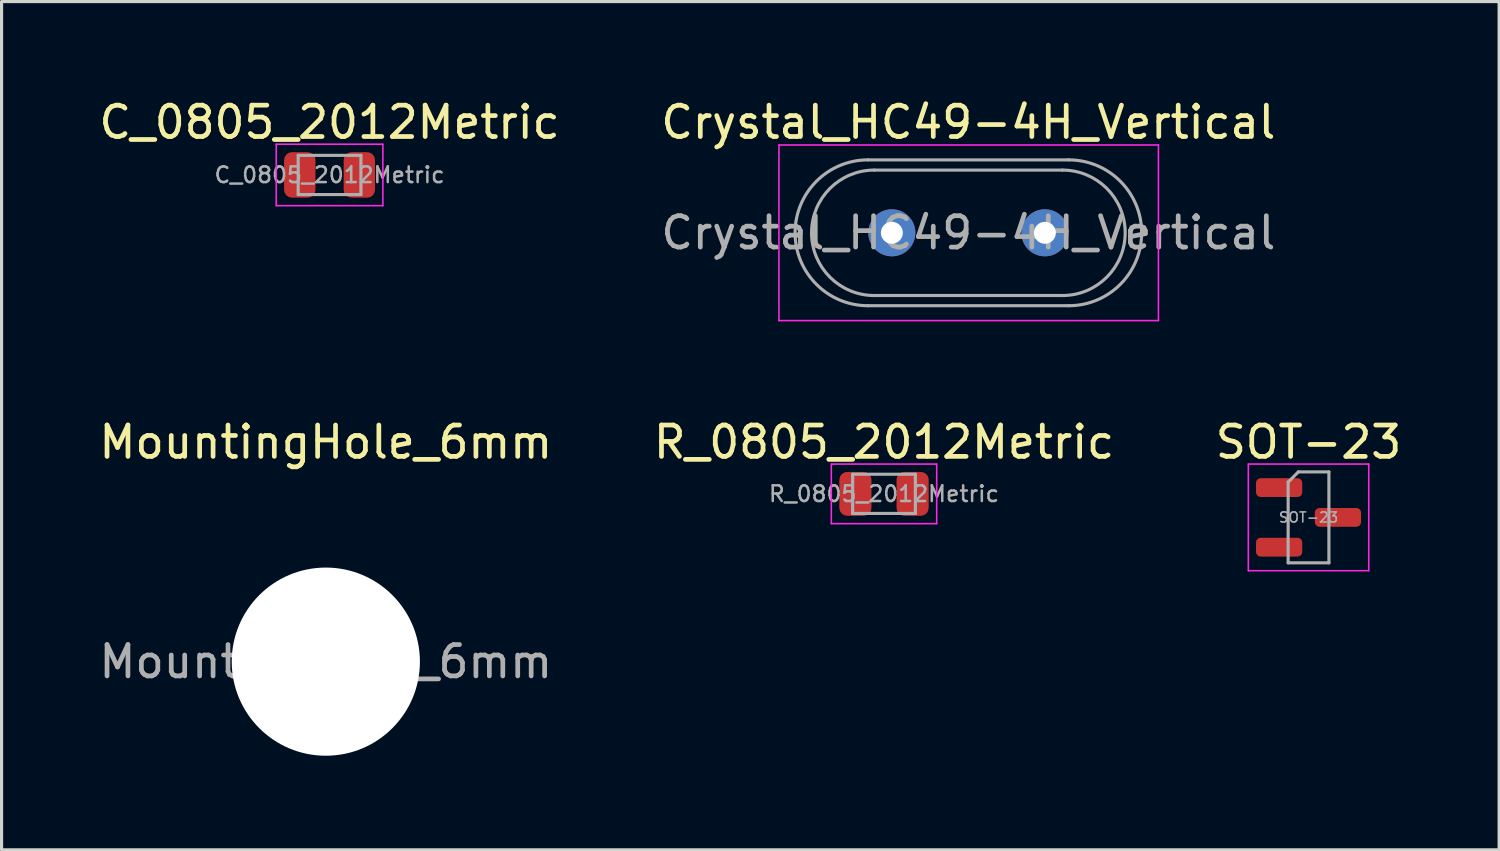
<source format=kicad_pcb>
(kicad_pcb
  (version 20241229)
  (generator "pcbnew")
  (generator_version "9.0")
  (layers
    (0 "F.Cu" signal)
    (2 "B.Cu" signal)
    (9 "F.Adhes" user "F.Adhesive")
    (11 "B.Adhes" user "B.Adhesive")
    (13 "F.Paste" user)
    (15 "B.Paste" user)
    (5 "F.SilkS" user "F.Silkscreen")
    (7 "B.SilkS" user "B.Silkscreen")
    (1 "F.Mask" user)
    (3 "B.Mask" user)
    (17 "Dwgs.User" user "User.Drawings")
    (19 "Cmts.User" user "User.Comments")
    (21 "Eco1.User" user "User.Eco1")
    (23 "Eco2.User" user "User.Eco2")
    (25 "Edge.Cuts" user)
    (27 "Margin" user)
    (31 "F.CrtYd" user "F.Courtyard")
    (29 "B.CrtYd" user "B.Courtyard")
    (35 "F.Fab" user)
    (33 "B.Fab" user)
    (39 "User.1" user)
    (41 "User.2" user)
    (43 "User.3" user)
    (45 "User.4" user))
  (footprint "SOT-23"
    (layer "F.Cu")
    (at 38.673 13.447)
    (property "Reference" "SOT-23" (at 0 -2.4 0) (layer "F.SilkS") (effects (font (size 1 1) (thickness 0.15))))
    (attr smd)
    (fp_line (start -1.92 -1.7) (end -1.92 1.7) (stroke (width 0.05) (type solid)) (layer "F.CrtYd"))
    (fp_line (start -1.92 1.7) (end 1.92 1.7) (stroke (width 0.05) (type solid)) (layer "F.CrtYd"))
    (fp_line (start 1.92 -1.7) (end -1.92 -1.7) (stroke (width 0.05) (type solid)) (layer "F.CrtYd"))
    (fp_line (start 1.92 1.7) (end 1.92 -1.7) (stroke (width 0.05) (type solid)) (layer "F.CrtYd"))
    (fp_line (start -0.65 -1.125) (end -0.325 -1.45) (stroke (width 0.1) (type solid)) (layer "F.Fab"))
    (fp_line (start -0.65 1.45) (end -0.65 -1.125) (stroke (width 0.1) (type solid)) (layer "F.Fab"))
    (fp_line (start -0.325 -1.45) (end 0.65 -1.45) (stroke (width 0.1) (type solid)) (layer "F.Fab"))
    (fp_line (start 0.65 -1.45) (end 0.65 1.45) (stroke (width 0.1) (type solid)) (layer "F.Fab"))
    (fp_line (start 0.65 1.45) (end -0.65 1.45) (stroke (width 0.1) (type solid)) (layer "F.Fab"))
    (fp_text user "${REFERENCE}" (at 0 0 0) (layer "F.Fab") (effects (font (size 0.32 0.32) (thickness 0.05))))
    (pad "1" smd roundrect (at -0.938 -0.95) (size 1.475 0.6) (layers "F.Cu" "F.Mask" "F.Paste") (roundrect_rratio 0.25))
    (pad "2" smd roundrect (at -0.938 0.95) (size 1.475 0.6) (layers "F.Cu" "F.Mask" "F.Paste") (roundrect_rratio 0.25))
    (pad "3" smd roundrect (at 0.938 0) (size 1.475 0.6) (layers "F.Cu" "F.Mask" "F.Paste") (roundrect_rratio 0.25)))
  (footprint "R_0805_2012Metric"
    (layer "F.Cu")
    (at 25.137 12.697)
    (property "Reference" "R_0805_2012Metric" (at 0 -1.65 0) (layer "F.SilkS") (effects (font (size 1 1) (thickness 0.15))))
    (attr smd)
    (fp_line (start -1.68 -0.95) (end 1.68 -0.95) (stroke (width 0.05) (type solid)) (layer "F.CrtYd"))
    (fp_line (start -1.68 0.95) (end -1.68 -0.95) (stroke (width 0.05) (type solid)) (layer "F.CrtYd"))
    (fp_line (start 1.68 -0.95) (end 1.68 0.95) (stroke (width 0.05) (type solid)) (layer "F.CrtYd"))
    (fp_line (start 1.68 0.95) (end -1.68 0.95) (stroke (width 0.05) (type solid)) (layer "F.CrtYd"))
    (fp_line (start -1 -0.625) (end 1 -0.625) (stroke (width 0.1) (type solid)) (layer "F.Fab"))
    (fp_line (start -1 0.625) (end -1 -0.625) (stroke (width 0.1) (type solid)) (layer "F.Fab"))
    (fp_line (start 1 -0.625) (end 1 0.625) (stroke (width 0.1) (type solid)) (layer "F.Fab"))
    (fp_line (start 1 0.625) (end -1 0.625) (stroke (width 0.1) (type solid)) (layer "F.Fab"))
    (fp_text user "${REFERENCE}" (at 0 0 0) (layer "F.Fab") (effects (font (size 0.5 0.5) (thickness 0.08))))
    (pad "1" smd roundrect (at -0.912 0) (size 1.025 1.4) (layers "F.Cu" "F.Mask" "F.Paste") (roundrect_rratio 0.244))
    (pad "2" smd roundrect (at 0.912 0) (size 1.025 1.4) (layers "F.Cu" "F.Mask" "F.Paste") (roundrect_rratio 0.244)))
  (footprint "MountingHole_6mm"
    (layer "F.Cu")
    (at 7.339 18.047)
    (property "Reference" "MountingHole_6mm" (at 0 -7 0) (layer "F.SilkS") (effects (font (size 1 1) (thickness 0.15))))
    (attr exclude_from_pos_files exclude_from_bom)
    (fp_text user "${REFERENCE}" (at 0 0 0) (layer "F.Fab") (effects (font (size 1 1) (thickness 0.15))))
    (pad "" np_thru_hole circle (at 0 0) (size 6 6) (drill 6) (layers "*.Cu" "*.Mask")))
  (footprint "C_0805_2012Metric"
    (layer "F.Cu")
    (at 7.458 2.528)
    (property "Reference" "C_0805_2012Metric" (at 0 -1.68 0) (layer "F.SilkS") (effects (font (size 1 1) (thickness 0.15))))
    (attr smd)
    (fp_line (start -1.7 -0.98) (end 1.7 -0.98) (stroke (width 0.05) (type solid)) (layer "F.CrtYd"))
    (fp_line (start -1.7 0.98) (end -1.7 -0.98) (stroke (width 0.05) (type solid)) (layer "F.CrtYd"))
    (fp_line (start 1.7 -0.98) (end 1.7 0.98) (stroke (width 0.05) (type solid)) (layer "F.CrtYd"))
    (fp_line (start 1.7 0.98) (end -1.7 0.98) (stroke (width 0.05) (type solid)) (layer "F.CrtYd"))
    (fp_line (start -1 -0.625) (end 1 -0.625) (stroke (width 0.1) (type solid)) (layer "F.Fab"))
    (fp_line (start -1 0.625) (end -1 -0.625) (stroke (width 0.1) (type solid)) (layer "F.Fab"))
    (fp_line (start 1 -0.625) (end 1 0.625) (stroke (width 0.1) (type solid)) (layer "F.Fab"))
    (fp_line (start 1 0.625) (end -1 0.625) (stroke (width 0.1) (type solid)) (layer "F.Fab"))
    (fp_text user "${REFERENCE}" (at 0 0 0) (layer "F.Fab") (effects (font (size 0.5 0.5) (thickness 0.08))))
    (pad "1" smd roundrect (at -0.95 0) (size 1 1.45) (layers "F.Cu" "F.Mask" "F.Paste") (roundrect_rratio 0.25))
    (pad "2" smd roundrect (at 0.95 0) (size 1 1.45) (layers "F.Cu" "F.Mask" "F.Paste") (roundrect_rratio 0.25)))
  (footprint "Crystal_HC49-4H_Vertical"
    (layer "F.Cu")
    (at 25.387 4.373)
    (property "Reference" "Crystal_HC49-4H_Vertical" (at 2.44 -3.525 0) (layer "F.SilkS") (effects (font (size 1 1) (thickness 0.15))))
    (attr through_hole)
    (fp_line (start -3.6 -2.8) (end -3.6 2.8) (stroke (width 0.05) (type solid)) (layer "F.CrtYd"))
    (fp_line (start -3.6 2.8) (end 8.5 2.8) (stroke (width 0.05) (type solid)) (layer "F.CrtYd"))
    (fp_line (start 8.5 -2.8) (end -3.6 -2.8) (stroke (width 0.05) (type solid)) (layer "F.CrtYd"))
    (fp_line (start 8.5 2.8) (end 8.5 -2.8) (stroke (width 0.05) (type solid)) (layer "F.CrtYd"))
    (fp_line (start -0.76 -2.325) (end 5.64 -2.325) (stroke (width 0.1) (type solid)) (layer "F.Fab"))
    (fp_line (start -0.76 2.325) (end 5.64 2.325) (stroke (width 0.1) (type solid)) (layer "F.Fab"))
    (fp_line (start -0.56 -2) (end 5.44 -2) (stroke (width 0.1) (type solid)) (layer "F.Fab"))
    (fp_line (start -0.56 2) (end 5.44 2) (stroke (width 0.1) (type solid)) (layer "F.Fab"))
    (fp_arc (start -0.76 2.325) (mid -3.085 0) (end -0.76 -2.325) (stroke (width 0.1) (type solid)) (layer "F.Fab"))
    (fp_arc (start -0.56 2) (mid -2.56 0) (end -0.56 -2) (stroke (width 0.1) (type solid)) (layer "F.Fab"))
    (fp_arc (start 5.44 -2) (mid 7.44 0) (end 5.44 2) (stroke (width 0.1) (type solid)) (layer "F.Fab"))
    (fp_arc (start 5.64 -2.325) (mid 7.965 0) (end 5.64 2.325) (stroke (width 0.1) (type solid)) (layer "F.Fab"))
    (fp_text user "${REFERENCE}" (at 2.44 0 0) (layer "F.Fab") (effects (font (size 1 1) (thickness 0.15))))
    (pad "1" thru_hole circle (at 0 0) (size 1.5 1.5) (drill 0.7) (layers "*.Cu" "*.Mask"))
    (pad "2" thru_hole circle (at 4.88 0) (size 1.5 1.5) (drill 0.7) (layers "*.Cu" "*.Mask")))
  (gr_rect
    (start -3 -3)
    (end 44.75 24.047)
    (stroke (width 0.1) (type default))
    (fill no)
    (layer "Edge.Cuts")))
</source>
